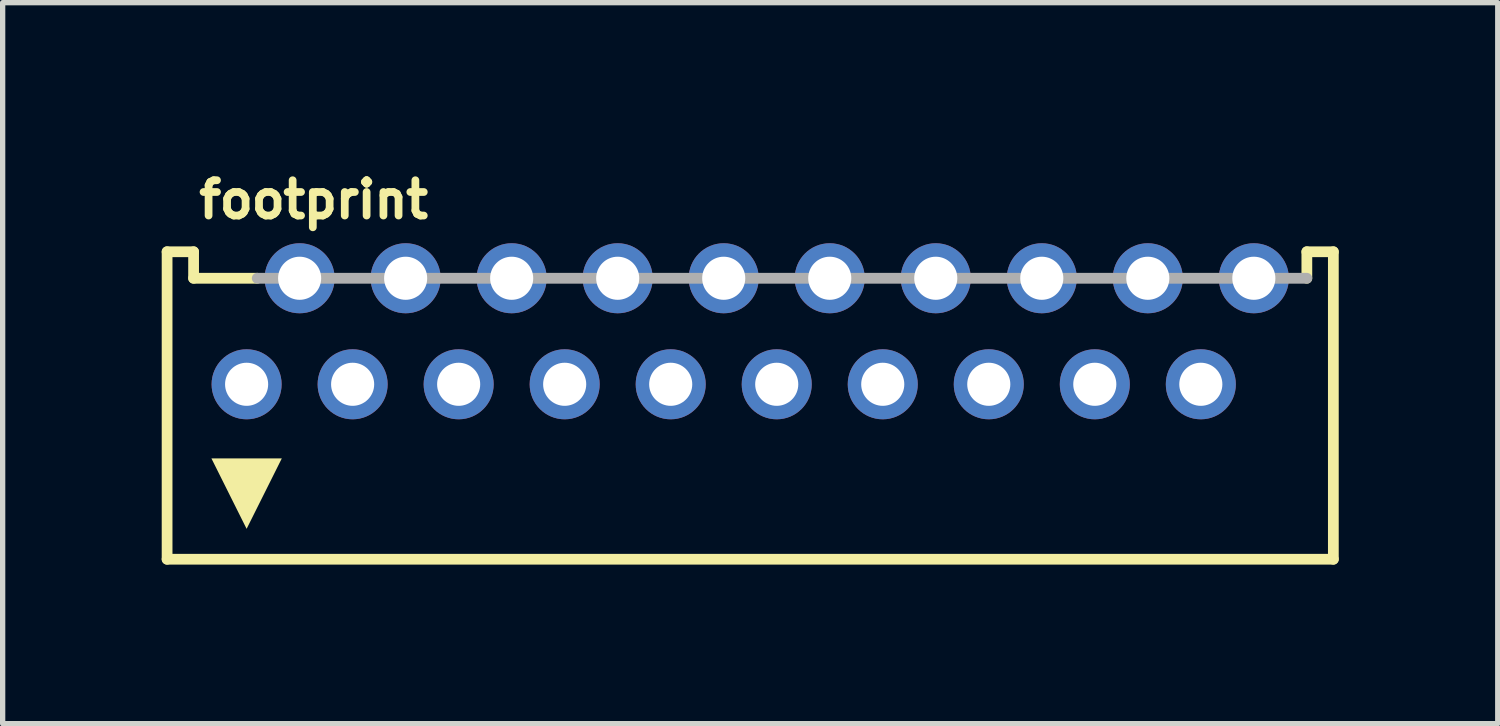
<source format=kicad_pcb>
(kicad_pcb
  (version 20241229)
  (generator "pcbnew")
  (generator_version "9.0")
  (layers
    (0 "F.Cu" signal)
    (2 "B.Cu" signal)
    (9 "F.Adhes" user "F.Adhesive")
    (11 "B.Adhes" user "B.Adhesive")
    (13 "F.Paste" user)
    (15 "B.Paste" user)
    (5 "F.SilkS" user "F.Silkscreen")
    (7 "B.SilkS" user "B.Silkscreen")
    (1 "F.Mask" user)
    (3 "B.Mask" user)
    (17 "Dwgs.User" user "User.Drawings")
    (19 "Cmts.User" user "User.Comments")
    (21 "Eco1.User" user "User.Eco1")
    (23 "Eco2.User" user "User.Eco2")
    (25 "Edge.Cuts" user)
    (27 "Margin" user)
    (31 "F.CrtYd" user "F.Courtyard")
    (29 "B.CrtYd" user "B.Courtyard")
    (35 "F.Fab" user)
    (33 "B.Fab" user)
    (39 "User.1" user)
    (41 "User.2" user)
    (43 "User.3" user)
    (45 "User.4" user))
  (footprint "footprint"
    (layer "F.Cu")
    (at 11.102 4.199)
    (property "Reference" "footprint" (at -10.472 -3.094 0) (layer "F.SilkS") (effects (font (size 0.666 0.666) (thickness 0.146)) (justify left bottom)))
    (fp_line (start -11 -2.5) (end -11 3.3) (stroke (width 0.203) (type solid)) (layer "F.SilkS"))
    (fp_line (start -11 3.3) (end 11 3.3) (stroke (width 0.203) (type solid)) (layer "F.SilkS"))
    (fp_line (start -10.5 -2.5) (end -11 -2.5) (stroke (width 0.203) (type solid)) (layer "F.SilkS"))
    (fp_line (start -10.5 -2) (end -10.5 -2.5) (stroke (width 0.203) (type solid)) (layer "F.SilkS"))
    (fp_line (start -10.5 -2) (end -9.3 -2) (stroke (width 0.203) (type solid)) (layer "F.SilkS"))
    (fp_line (start 10.5 -2.5) (end 11 -2.5) (stroke (width 0.203) (type solid)) (layer "F.SilkS"))
    (fp_line (start 10.5 -2) (end 10.5 -2.5) (stroke (width 0.203) (type solid)) (layer "F.SilkS"))
    (fp_line (start 11 -2.5) (end 11 3.3) (stroke (width 0.203) (type solid)) (layer "F.SilkS"))
    (fp_poly (pts (xy -9.5 2.727) (xy -10.164 1.398) (xy -8.836 1.398)) (stroke (width 0) (type solid)) (fill yes) (layer "F.SilkS"))
    (fp_line (start -9.3 -2) (end 10.5 -2) (stroke (width 0.203) (type solid)) (layer "F.Fab"))
    (pad "1" thru_hole circle (at -9.5 0) (size 1.321 1.321) (drill 0.813) (layers "*.Cu" "*.Mask"))
    (pad "2" thru_hole circle (at -8.5 -2) (size 1.321 1.321) (drill 0.813) (layers "*.Cu" "*.Mask"))
    (pad "3" thru_hole circle (at -7.5 0) (size 1.321 1.321) (drill 0.813) (layers "*.Cu" "*.Mask"))
    (pad "4" thru_hole circle (at -6.5 -2) (size 1.321 1.321) (drill 0.813) (layers "*.Cu" "*.Mask"))
    (pad "5" thru_hole circle (at -5.5 0) (size 1.321 1.321) (drill 0.813) (layers "*.Cu" "*.Mask"))
    (pad "6" thru_hole circle (at -4.5 -2) (size 1.321 1.321) (drill 0.813) (layers "*.Cu" "*.Mask"))
    (pad "7" thru_hole circle (at -3.5 0) (size 1.321 1.321) (drill 0.813) (layers "*.Cu" "*.Mask"))
    (pad "8" thru_hole circle (at -2.5 -2) (size 1.321 1.321) (drill 0.813) (layers "*.Cu" "*.Mask"))
    (pad "9" thru_hole circle (at -1.5 0) (size 1.321 1.321) (drill 0.813) (layers "*.Cu" "*.Mask"))
    (pad "10" thru_hole circle (at -0.5 -2) (size 1.321 1.321) (drill 0.813) (layers "*.Cu" "*.Mask"))
    (pad "11" thru_hole circle (at 0.5 0) (size 1.321 1.321) (drill 0.813) (layers "*.Cu" "*.Mask"))
    (pad "12" thru_hole circle (at 1.5 -2) (size 1.321 1.321) (drill 0.813) (layers "*.Cu" "*.Mask"))
    (pad "13" thru_hole circle (at 2.5 0) (size 1.321 1.321) (drill 0.813) (layers "*.Cu" "*.Mask"))
    (pad "14" thru_hole circle (at 3.5 -2) (size 1.321 1.321) (drill 0.813) (layers "*.Cu" "*.Mask"))
    (pad "15" thru_hole circle (at 4.5 0) (size 1.321 1.321) (drill 0.813) (layers "*.Cu" "*.Mask"))
    (pad "16" thru_hole circle (at 5.5 -2) (size 1.321 1.321) (drill 0.813) (layers "*.Cu" "*.Mask"))
    (pad "17" thru_hole circle (at 6.5 0) (size 1.321 1.321) (drill 0.813) (layers "*.Cu" "*.Mask"))
    (pad "18" thru_hole circle (at 7.5 -2) (size 1.321 1.321) (drill 0.813) (layers "*.Cu" "*.Mask"))
    (pad "19" thru_hole circle (at 8.5 0) (size 1.321 1.321) (drill 0.813) (layers "*.Cu" "*.Mask"))
    (pad "20" thru_hole circle (at 9.5 -2) (size 1.321 1.321) (drill 0.813) (layers "*.Cu" "*.Mask")))
  (gr_rect
    (start -3 -3)
    (end 25.203 10.601)
    (stroke (width 0.1) (type default))
    (fill no)
    (layer "Edge.Cuts")))
</source>
